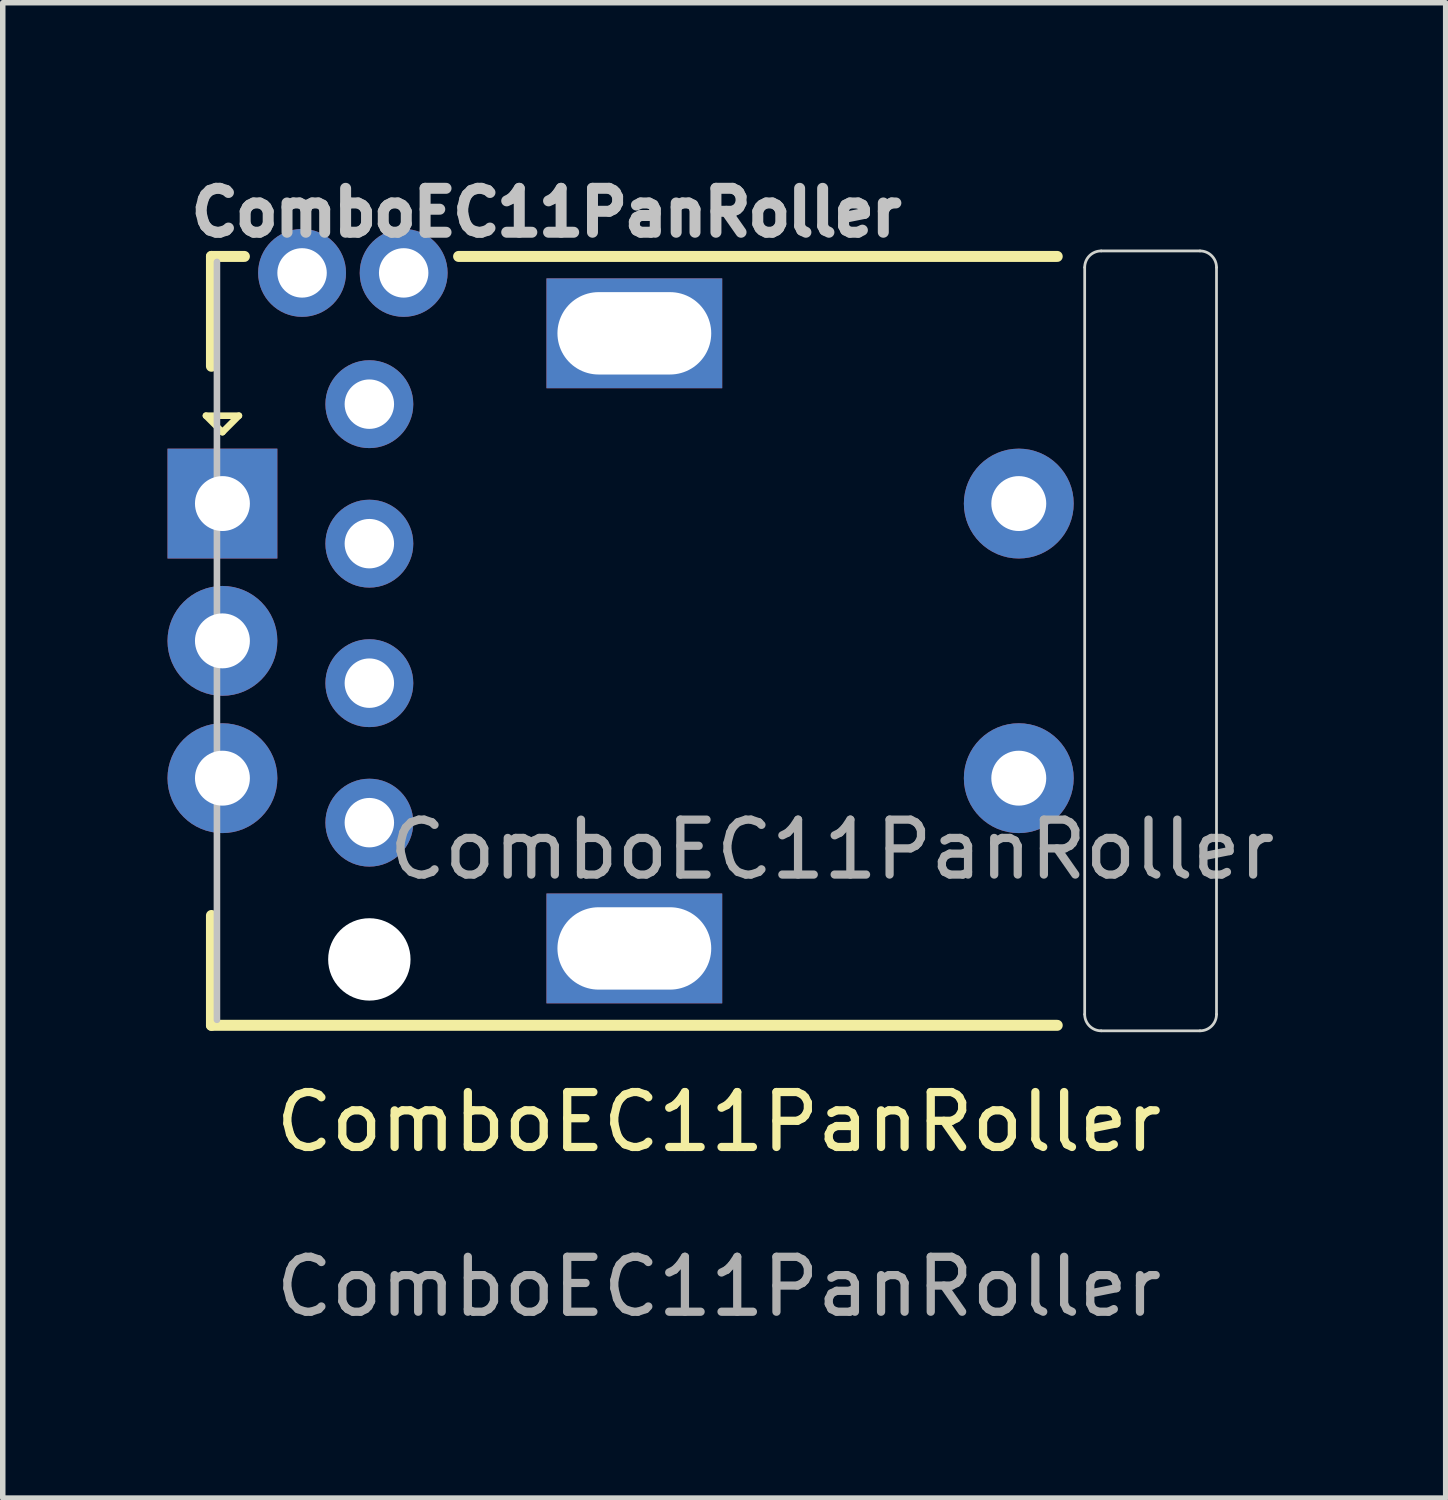
<source format=kicad_pcb>
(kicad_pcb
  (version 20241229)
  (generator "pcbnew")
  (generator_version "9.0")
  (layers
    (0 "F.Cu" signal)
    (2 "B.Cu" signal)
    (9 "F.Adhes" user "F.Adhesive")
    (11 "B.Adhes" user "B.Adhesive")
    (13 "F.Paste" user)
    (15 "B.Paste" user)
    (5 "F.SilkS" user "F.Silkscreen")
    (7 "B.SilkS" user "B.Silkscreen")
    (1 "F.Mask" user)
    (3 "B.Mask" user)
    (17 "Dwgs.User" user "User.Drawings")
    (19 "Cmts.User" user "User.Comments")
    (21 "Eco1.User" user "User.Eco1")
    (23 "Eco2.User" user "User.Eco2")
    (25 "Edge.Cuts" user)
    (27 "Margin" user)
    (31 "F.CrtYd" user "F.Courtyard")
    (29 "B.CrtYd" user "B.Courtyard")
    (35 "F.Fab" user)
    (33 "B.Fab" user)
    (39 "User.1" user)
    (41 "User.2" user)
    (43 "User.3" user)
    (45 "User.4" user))
  (footprint "ComboEC11PanRoller"
    (layer "F.Cu")
    (at 10.04 17.879)
    (property "Reference" "ComboEC11PanRoller" (at 0 -0.5 0) (unlocked yes) (layer "F.SilkS") (effects (font (size 1 1) (thickness 0.15))))
    (attr through_hole)
    (fp_line (start -9.34 -13.36) (end -8.74 -13.36) (stroke (width 0.12) (type solid)) (layer "F.SilkS"))
    (fp_line (start -9.24 -16.26) (end -9.24 -14.26) (stroke (width 0.2) (type solid)) (layer "F.SilkS"))
    (fp_line (start -9.24 -4.26) (end -9.24 -2.26) (stroke (width 0.2) (type solid)) (layer "F.SilkS"))
    (fp_line (start -9.24 -2.26) (end 6.16 -2.26) (stroke (width 0.2) (type solid)) (layer "F.SilkS"))
    (fp_line (start -9.04 -13.06) (end -9.34 -13.36) (stroke (width 0.12) (type solid)) (layer "F.SilkS"))
    (fp_line (start -8.74 -13.36) (end -9.04 -13.06) (stroke (width 0.12) (type solid)) (layer "F.SilkS"))
    (fp_line (start -8.64 -16.26) (end -9.24 -16.26) (stroke (width 0.2) (type solid)) (layer "F.SilkS"))
    (fp_line (start 6.16 -16.26) (end -4.74 -16.26) (stroke (width 0.2) (type solid)) (layer "F.SilkS"))
    (fp_line (start -9.14 -2.36) (end -9.14 -16.16) (stroke (width 0.12) (type solid)) (layer "Dwgs.User"))
    (fp_line (start 6.66 -16.06) (end 6.66 -2.46) (stroke (width 0.05) (type solid)) (layer "Edge.Cuts"))
    (fp_line (start 6.96 -2.16) (end 8.76 -2.16) (stroke (width 0.05) (type solid)) (layer "Edge.Cuts"))
    (fp_line (start 8.76 -16.36) (end 6.96 -16.36) (stroke (width 0.05) (type solid)) (layer "Edge.Cuts"))
    (fp_line (start 9.06 -2.46) (end 9.06 -16.06) (stroke (width 0.05) (type solid)) (layer "Edge.Cuts"))
    (fp_arc (start 6.66 -16.06) (mid 6.747868 -16.272132) (end 6.96 -16.36) (stroke (width 0.05) (type solid)) (layer "Edge.Cuts"))
    (fp_arc (start 6.96 -2.16) (mid 6.747868 -2.247868) (end 6.66 -2.46) (stroke (width 0.05) (type solid)) (layer "Edge.Cuts"))
    (fp_arc (start 8.76 -16.36) (mid 8.972132 -16.272132) (end 9.06 -16.06) (stroke (width 0.05) (type solid)) (layer "Edge.Cuts"))
    (fp_arc (start 9.06 -2.46) (mid 8.972132 -2.247868) (end 8.76 -2.16) (stroke (width 0.05) (type solid)) (layer "Edge.Cuts"))
    (fp_text user "${REFERENCE}" (at -3.14 -17.06 0) (layer "Dwgs.User") (effects (font (size 0.8 0.8) (thickness 0.2))))
    (fp_text user "${REFERENCE}" (at 2.06 -5.46 0) (layer "F.Fab") (effects (font (size 1 1) (thickness 0.15))))
    (fp_text user "${REFERENCE}" (at 0 2.5 0) (unlocked yes) (layer "F.Fab") (effects (font (size 1 1) (thickness 0.15))))
    (pad "" np_thru_hole circle (at -6.365 -3.46) (size 1.5 1.5) (drill 1.5) (layers "*.Cu" "*.Mask"))
    (pad "" np_thru_hole rect (at -1.54 -14.86) (size 3.2 2) (drill oval 2.8 1.5) (layers "*.Cu" "*.Mask"))
    (pad "" np_thru_hole rect (at -1.54 -3.66) (size 3.2 2) (drill oval 2.8 1.5) (layers "*.Cu" "*.Mask"))
    (pad "A" thru_hole rect (at -9.04 -11.76) (size 2 2) (drill 1) (layers "*.Cu" "*.Mask"))
    (pad "A" thru_hole circle (at -6.365 -13.57) (size 1.6 1.6) (drill 0.9) (layers "*.Cu" "*.Mask"))
    (pad "B" thru_hole circle (at -9.04 -6.76) (size 2 2) (drill 1) (layers "*.Cu" "*.Mask"))
    (pad "B" thru_hole circle (at -6.365 -11.03) (size 1.6 1.6) (drill 0.9) (layers "*.Cu" "*.Mask"))
    (pad "C" thru_hole circle (at -9.04 -9.26) (size 2 2) (drill 1) (layers "*.Cu" "*.Mask"))
    (pad "C" thru_hole circle (at -6.365 -8.49) (size 1.6 1.6) (drill 0.9) (layers "*.Cu" "*.Mask"))
    (pad "D" thru_hole circle (at -6.365 -5.95) (size 1.6 1.6) (drill 0.9) (layers "*.Cu" "*.Mask"))
    (pad "S1" thru_hole circle (at -7.59 -15.96) (size 1.6 1.6) (drill 0.9) (layers "*.Cu" "*.Mask"))
    (pad "S1" thru_hole circle (at 5.46 -6.76) (size 2 2) (drill 1) (layers "*.Cu" "*.Mask"))
    (pad "S2" thru_hole circle (at -5.74 -15.96) (size 1.6 1.6) (drill 0.9) (layers "*.Cu" "*.Mask"))
    (pad "S2" thru_hole circle (at 5.46 -11.76) (size 2 2) (drill 1) (layers "*.Cu" "*.Mask")))
  (gr_rect
    (start -3 -3)
    (end 23.273 24.227)
    (stroke (width 0.1) (type default))
    (fill no)
    (layer "Edge.Cuts")))
</source>
